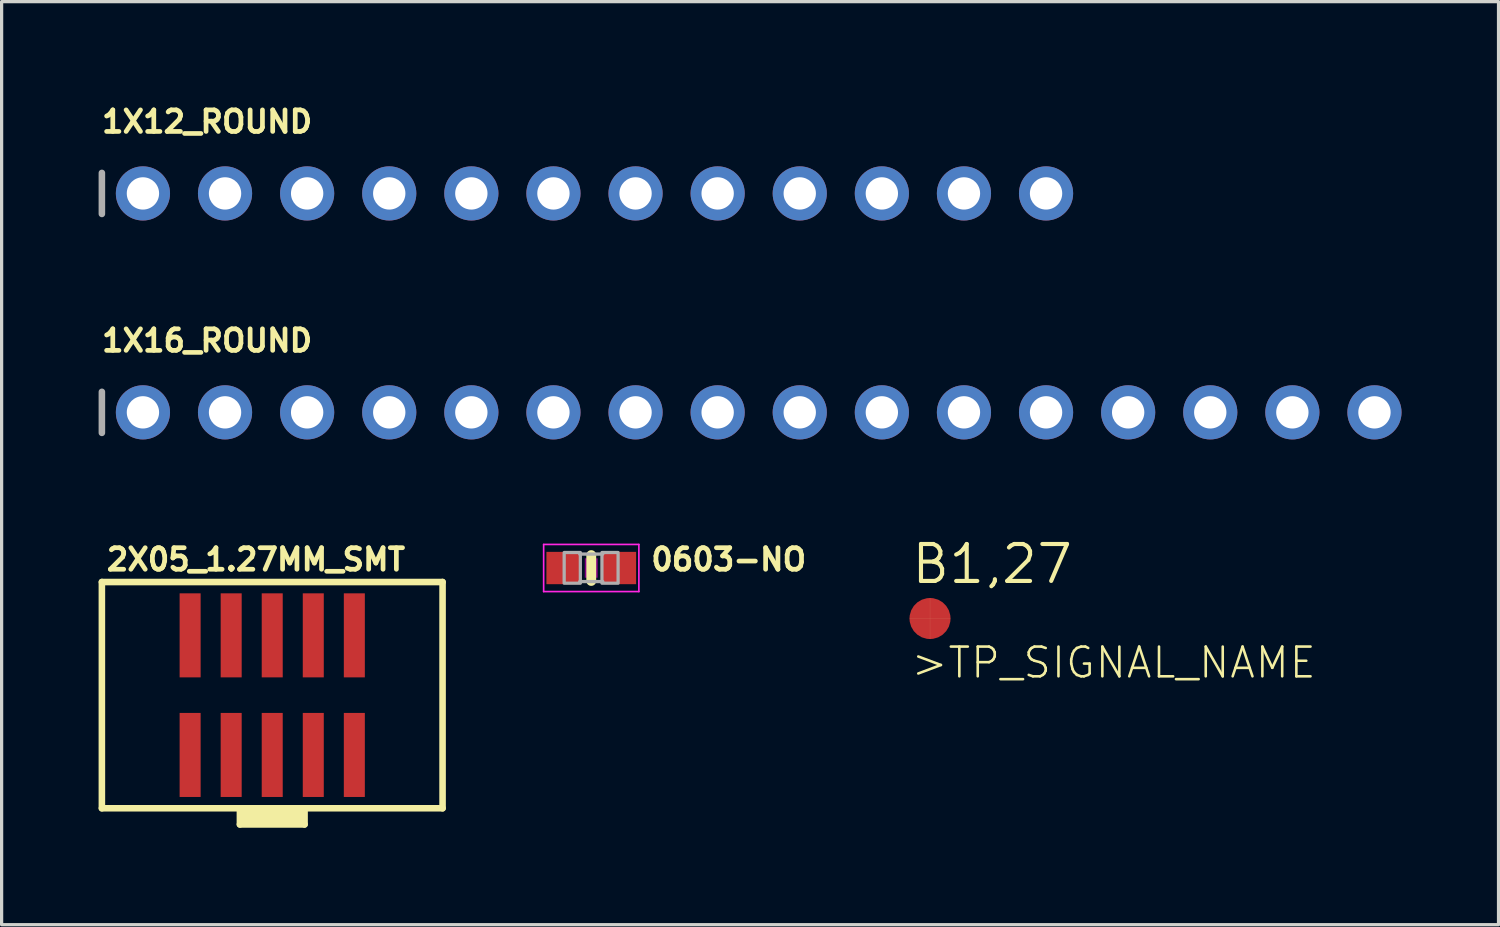
<source format=kicad_pcb>
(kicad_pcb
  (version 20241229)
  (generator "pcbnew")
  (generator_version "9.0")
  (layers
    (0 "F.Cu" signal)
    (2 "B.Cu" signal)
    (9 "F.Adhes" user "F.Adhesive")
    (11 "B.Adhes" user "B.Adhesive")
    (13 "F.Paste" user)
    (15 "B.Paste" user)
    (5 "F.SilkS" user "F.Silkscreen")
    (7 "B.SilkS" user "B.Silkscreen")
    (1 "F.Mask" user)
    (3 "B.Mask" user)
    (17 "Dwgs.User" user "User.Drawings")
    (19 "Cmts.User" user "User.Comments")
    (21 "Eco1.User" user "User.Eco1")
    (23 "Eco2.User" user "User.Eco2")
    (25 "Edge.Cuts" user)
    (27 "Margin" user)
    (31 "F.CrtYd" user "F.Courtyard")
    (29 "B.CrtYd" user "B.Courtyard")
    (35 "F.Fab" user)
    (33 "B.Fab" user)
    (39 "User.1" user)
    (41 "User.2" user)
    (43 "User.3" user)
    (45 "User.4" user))
  (footprint "B1,27"
    (layer "F.Cu")
    (at 25.722 16.085)
    (property "Reference" "B1,27" (at -0.635 -1.016 0) (layer "F.SilkS") (effects (font (size 1.143 1.143) (thickness 0.127)) (justify left bottom)))
    (fp_line (start -0.635 0) (end 0.635 0) (stroke (width 0.002) (type solid)) (layer "F.SilkS"))
    (fp_line (start 0 -0.635) (end 0 0.635) (stroke (width 0.002) (type solid)) (layer "F.SilkS"))
    (fp_text user ">TP_SIGNAL_NAME" (at -0.635 1.905 0) (layer "F.SilkS") (effects (font (size 0.92 0.92) (thickness 0.08)) (justify left bottom)))
    (pad "TP" smd roundrect (at 0 0) (size 1.27 1.27) (layers "F.Cu" "F.Mask") (roundrect_rratio 0.5)))
  (footprint "0603-NO"
    (layer "F.Cu")
    (at 15.242 14.523)
    (property "Reference" "0603-NO" (at 1.778 0.127 0) (layer "F.SilkS") (effects (font (size 0.666 0.666) (thickness 0.146)) (justify left bottom)))
    (fp_line (start 0 -0.4) (end 0 0.4) (stroke (width 0.305) (type solid)) (layer "F.SilkS"))
    (fp_poly (pts (xy -0.2 0.3) (xy 0.2 0.3) (xy 0.2 -0.3) (xy -0.2 -0.3)) (stroke (width 0) (type solid)) (fill yes) (layer "F.Adhes"))
    (fp_line (start -1.473 -0.729) (end 1.473 -0.729) (stroke (width 0.051) (type solid)) (layer "F.CrtYd"))
    (fp_line (start -1.473 0.729) (end -1.473 -0.729) (stroke (width 0.051) (type solid)) (layer "F.CrtYd"))
    (fp_line (start 1.473 -0.729) (end 1.473 0.729) (stroke (width 0.051) (type solid)) (layer "F.CrtYd"))
    (fp_line (start 1.473 0.729) (end -1.473 0.729) (stroke (width 0.051) (type solid)) (layer "F.CrtYd"))
    (fp_line (start -0.356 -0.432) (end 0.356 -0.432) (stroke (width 0.102) (type solid)) (layer "F.Fab"))
    (fp_line (start -0.356 0.419) (end 0.356 0.419) (stroke (width 0.102) (type solid)) (layer "F.Fab"))
    (fp_poly (pts (xy -0.838 0.47) (xy -0.338 0.47) (xy -0.338 -0.48) (xy -0.838 -0.48)) (stroke (width 0.1) (type solid)) (fill no) (layer "F.Fab"))
    (fp_poly (pts (xy 0.33 0.47) (xy 0.83 0.47) (xy 0.83 -0.48) (xy 0.33 -0.48)) (stroke (width 0.1) (type solid)) (fill no) (layer "F.Fab"))
    (pad "1" smd rect (at -0.85 0) (size 1.075 1) (layers "F.Cu" "F.Mask" "F.Paste"))
    (pad "2" smd rect (at 0.85 0) (size 1.075 1) (layers "F.Cu" "F.Mask" "F.Paste")))
  (footprint "1X16_ROUND"
    (layer "F.Cu")
    (at 20.422 9.707)
    (property "Reference" "1X16_ROUND" (at -20.396 -1.829 0) (layer "F.SilkS") (effects (font (size 0.666 0.666) (thickness 0.146)) (justify left bottom)))
    (fp_line (start -20.32 -0.635) (end -20.32 0.635) (stroke (width 0.203) (type solid)) (layer "F.Fab"))
    (fp_poly (pts (xy -19.304 0.254) (xy -18.796 0.254) (xy -18.796 -0.254) (xy -19.304 -0.254)) (stroke (width 0.1) (type solid)) (fill no) (layer "F.Fab"))
    (fp_poly (pts (xy -16.764 0.254) (xy -16.256 0.254) (xy -16.256 -0.254) (xy -16.764 -0.254)) (stroke (width 0.1) (type solid)) (fill no) (layer "F.Fab"))
    (fp_poly (pts (xy -14.224 0.254) (xy -13.716 0.254) (xy -13.716 -0.254) (xy -14.224 -0.254)) (stroke (width 0.1) (type solid)) (fill no) (layer "F.Fab"))
    (fp_poly (pts (xy -11.684 0.254) (xy -11.176 0.254) (xy -11.176 -0.254) (xy -11.684 -0.254)) (stroke (width 0.1) (type solid)) (fill no) (layer "F.Fab"))
    (fp_poly (pts (xy -9.144 0.254) (xy -8.636 0.254) (xy -8.636 -0.254) (xy -9.144 -0.254)) (stroke (width 0.1) (type solid)) (fill no) (layer "F.Fab"))
    (fp_poly (pts (xy -6.604 0.254) (xy -6.096 0.254) (xy -6.096 -0.254) (xy -6.604 -0.254)) (stroke (width 0.1) (type solid)) (fill no) (layer "F.Fab"))
    (fp_poly (pts (xy -4.064 0.254) (xy -3.556 0.254) (xy -3.556 -0.254) (xy -4.064 -0.254)) (stroke (width 0.1) (type solid)) (fill no) (layer "F.Fab"))
    (fp_poly (pts (xy -1.524 0.254) (xy -1.016 0.254) (xy -1.016 -0.254) (xy -1.524 -0.254)) (stroke (width 0.1) (type solid)) (fill no) (layer "F.Fab"))
    (fp_poly (pts (xy 1.016 0.254) (xy 1.524 0.254) (xy 1.524 -0.254) (xy 1.016 -0.254)) (stroke (width 0.1) (type solid)) (fill no) (layer "F.Fab"))
    (fp_poly (pts (xy 3.556 0.254) (xy 4.064 0.254) (xy 4.064 -0.254) (xy 3.556 -0.254)) (stroke (width 0.1) (type solid)) (fill no) (layer "F.Fab"))
    (fp_poly (pts (xy 6.096 0.254) (xy 6.604 0.254) (xy 6.604 -0.254) (xy 6.096 -0.254)) (stroke (width 0.1) (type solid)) (fill no) (layer "F.Fab"))
    (fp_poly (pts (xy 8.636 0.254) (xy 9.144 0.254) (xy 9.144 -0.254) (xy 8.636 -0.254)) (stroke (width 0.1) (type solid)) (fill no) (layer "F.Fab"))
    (fp_poly (pts (xy 11.176 0.254) (xy 11.684 0.254) (xy 11.684 -0.254) (xy 11.176 -0.254)) (stroke (width 0.1) (type solid)) (fill no) (layer "F.Fab"))
    (fp_poly (pts (xy 13.716 0.254) (xy 14.224 0.254) (xy 14.224 -0.254) (xy 13.716 -0.254)) (stroke (width 0.1) (type solid)) (fill no) (layer "F.Fab"))
    (fp_poly (pts (xy 16.256 0.254) (xy 16.764 0.254) (xy 16.764 -0.254) (xy 16.256 -0.254)) (stroke (width 0.1) (type solid)) (fill no) (layer "F.Fab"))
    (fp_poly (pts (xy 18.796 0.254) (xy 19.304 0.254) (xy 19.304 -0.254) (xy 18.796 -0.254)) (stroke (width 0.1) (type solid)) (fill no) (layer "F.Fab"))
    (pad "1" thru_hole circle (at -19.05 0 90) (size 1.676 1.676) (drill 1) (layers "*.Cu" "*.Mask"))
    (pad "2" thru_hole circle (at -16.51 0 90) (size 1.676 1.676) (drill 1) (layers "*.Cu" "*.Mask"))
    (pad "3" thru_hole circle (at -13.97 0 90) (size 1.676 1.676) (drill 1) (layers "*.Cu" "*.Mask"))
    (pad "4" thru_hole circle (at -11.43 0 90) (size 1.676 1.676) (drill 1) (layers "*.Cu" "*.Mask"))
    (pad "5" thru_hole circle (at -8.89 0 90) (size 1.676 1.676) (drill 1) (layers "*.Cu" "*.Mask"))
    (pad "6" thru_hole circle (at -6.35 0 90) (size 1.676 1.676) (drill 1) (layers "*.Cu" "*.Mask"))
    (pad "7" thru_hole circle (at -3.81 0 90) (size 1.676 1.676) (drill 1) (layers "*.Cu" "*.Mask"))
    (pad "8" thru_hole circle (at -1.27 0 90) (size 1.676 1.676) (drill 1) (layers "*.Cu" "*.Mask"))
    (pad "9" thru_hole circle (at 1.27 0 90) (size 1.676 1.676) (drill 1) (layers "*.Cu" "*.Mask"))
    (pad "10" thru_hole circle (at 3.81 0 90) (size 1.676 1.676) (drill 1) (layers "*.Cu" "*.Mask"))
    (pad "11" thru_hole circle (at 6.35 0 90) (size 1.676 1.676) (drill 1) (layers "*.Cu" "*.Mask"))
    (pad "12" thru_hole circle (at 8.89 0 90) (size 1.676 1.676) (drill 1) (layers "*.Cu" "*.Mask"))
    (pad "13" thru_hole circle (at 11.43 0 90) (size 1.676 1.676) (drill 1) (layers "*.Cu" "*.Mask"))
    (pad "14" thru_hole circle (at 13.97 0 90) (size 1.676 1.676) (drill 1) (layers "*.Cu" "*.Mask"))
    (pad "15" thru_hole circle (at 16.51 0 90) (size 1.676 1.676) (drill 1) (layers "*.Cu" "*.Mask"))
    (pad "16" thru_hole circle (at 19.05 0 90) (size 1.676 1.676) (drill 1) (layers "*.Cu" "*.Mask")))
  (footprint "2X05_1.27MM_SMT"
    (layer "F.Cu")
    (at 5.372 18.456)
    (property "Reference" "2X05_1.27MM_SMT" (at -5.199 -3.806 0) (layer "F.SilkS") (effects (font (size 0.666 0.666) (thickness 0.146)) (justify left bottom)))
    (fp_line (start -5.27 -3.5) (end 5.27 -3.5) (stroke (width 0.203) (type solid)) (layer "F.SilkS"))
    (fp_line (start -5.27 3.5) (end -5.27 -3.5) (stroke (width 0.203) (type solid)) (layer "F.SilkS"))
    (fp_line (start -1 3.5) (end -5.27 3.5) (stroke (width 0.203) (type solid)) (layer "F.SilkS"))
    (fp_line (start -1 3.5) (end -1 4) (stroke (width 0.203) (type solid)) (layer "F.SilkS"))
    (fp_line (start -1 4) (end 1 4) (stroke (width 0.203) (type solid)) (layer "F.SilkS"))
    (fp_line (start 1 3.5) (end -1 3.5) (stroke (width 0.203) (type solid)) (layer "F.SilkS"))
    (fp_line (start 1 4) (end 1 3.5) (stroke (width 0.203) (type solid)) (layer "F.SilkS"))
    (fp_line (start 5.27 -3.5) (end 5.27 3.5) (stroke (width 0.203) (type solid)) (layer "F.SilkS"))
    (fp_line (start 5.27 3.5) (end 1 3.5) (stroke (width 0.203) (type solid)) (layer "F.SilkS"))
    (fp_poly (pts (xy 1.079 4) (xy -1.079 4) (xy -1.079 3.493) (xy 1.079 3.493)) (stroke (width 0) (type solid)) (fill yes) (layer "F.SilkS"))
    (pad "1" smd rect (at -2.54 1.85) (size 0.65 2.6) (layers "F.Cu" "F.Mask" "F.Paste"))
    (pad "2" smd rect (at -2.54 -1.85) (size 0.65 2.6) (layers "F.Cu" "F.Mask" "F.Paste"))
    (pad "3" smd rect (at -1.27 1.85) (size 0.65 2.6) (layers "F.Cu" "F.Mask" "F.Paste"))
    (pad "4" smd rect (at -1.27 -1.85) (size 0.65 2.6) (layers "F.Cu" "F.Mask" "F.Paste"))
    (pad "5" smd rect (at 0 1.85) (size 0.65 2.6) (layers "F.Cu" "F.Mask" "F.Paste"))
    (pad "6" smd rect (at 0 -1.85) (size 0.65 2.6) (layers "F.Cu" "F.Mask" "F.Paste"))
    (pad "7" smd rect (at 1.27 1.85) (size 0.65 2.6) (layers "F.Cu" "F.Mask" "F.Paste"))
    (pad "8" smd rect (at 1.27 -1.85) (size 0.65 2.6) (layers "F.Cu" "F.Mask" "F.Paste"))
    (pad "9" smd rect (at 2.54 1.85) (size 0.65 2.6) (layers "F.Cu" "F.Mask" "F.Paste"))
    (pad "10" smd rect (at 2.54 -1.85) (size 0.65 2.6) (layers "F.Cu" "F.Mask" "F.Paste")))
  (footprint "1X12_ROUND"
    (layer "F.Cu")
    (at 15.342 2.934)
    (property "Reference" "1X12_ROUND" (at -15.316 -1.829 0) (layer "F.SilkS") (effects (font (size 0.666 0.666) (thickness 0.146)) (justify left bottom)))
    (fp_line (start -15.24 -0.635) (end -15.24 0.635) (stroke (width 0.203) (type solid)) (layer "F.Fab"))
    (fp_poly (pts (xy -14.224 0.254) (xy -13.716 0.254) (xy -13.716 -0.254) (xy -14.224 -0.254)) (stroke (width 0.1) (type solid)) (fill no) (layer "F.Fab"))
    (fp_poly (pts (xy -11.684 0.254) (xy -11.176 0.254) (xy -11.176 -0.254) (xy -11.684 -0.254)) (stroke (width 0.1) (type solid)) (fill no) (layer "F.Fab"))
    (fp_poly (pts (xy -9.144 0.254) (xy -8.636 0.254) (xy -8.636 -0.254) (xy -9.144 -0.254)) (stroke (width 0.1) (type solid)) (fill no) (layer "F.Fab"))
    (fp_poly (pts (xy -6.604 0.254) (xy -6.096 0.254) (xy -6.096 -0.254) (xy -6.604 -0.254)) (stroke (width 0.1) (type solid)) (fill no) (layer "F.Fab"))
    (fp_poly (pts (xy -4.064 0.254) (xy -3.556 0.254) (xy -3.556 -0.254) (xy -4.064 -0.254)) (stroke (width 0.1) (type solid)) (fill no) (layer "F.Fab"))
    (fp_poly (pts (xy -1.524 0.254) (xy -1.016 0.254) (xy -1.016 -0.254) (xy -1.524 -0.254)) (stroke (width 0.1) (type solid)) (fill no) (layer "F.Fab"))
    (fp_poly (pts (xy 1.016 0.254) (xy 1.524 0.254) (xy 1.524 -0.254) (xy 1.016 -0.254)) (stroke (width 0.1) (type solid)) (fill no) (layer "F.Fab"))
    (fp_poly (pts (xy 3.556 0.254) (xy 4.064 0.254) (xy 4.064 -0.254) (xy 3.556 -0.254)) (stroke (width 0.1) (type solid)) (fill no) (layer "F.Fab"))
    (fp_poly (pts (xy 6.096 0.254) (xy 6.604 0.254) (xy 6.604 -0.254) (xy 6.096 -0.254)) (stroke (width 0.1) (type solid)) (fill no) (layer "F.Fab"))
    (fp_poly (pts (xy 8.636 0.254) (xy 9.144 0.254) (xy 9.144 -0.254) (xy 8.636 -0.254)) (stroke (width 0.1) (type solid)) (fill no) (layer "F.Fab"))
    (fp_poly (pts (xy 11.176 0.254) (xy 11.684 0.254) (xy 11.684 -0.254) (xy 11.176 -0.254)) (stroke (width 0.1) (type solid)) (fill no) (layer "F.Fab"))
    (fp_poly (pts (xy 13.716 0.254) (xy 14.224 0.254) (xy 14.224 -0.254) (xy 13.716 -0.254)) (stroke (width 0.1) (type solid)) (fill no) (layer "F.Fab"))
    (pad "1" thru_hole circle (at -13.97 0 90) (size 1.676 1.676) (drill 1) (layers "*.Cu" "*.Mask"))
    (pad "2" thru_hole circle (at -11.43 0 90) (size 1.676 1.676) (drill 1) (layers "*.Cu" "*.Mask"))
    (pad "3" thru_hole circle (at -8.89 0 90) (size 1.676 1.676) (drill 1) (layers "*.Cu" "*.Mask"))
    (pad "4" thru_hole circle (at -6.35 0 90) (size 1.676 1.676) (drill 1) (layers "*.Cu" "*.Mask"))
    (pad "5" thru_hole circle (at -3.81 0 90) (size 1.676 1.676) (drill 1) (layers "*.Cu" "*.Mask"))
    (pad "6" thru_hole circle (at -1.27 0 90) (size 1.676 1.676) (drill 1) (layers "*.Cu" "*.Mask"))
    (pad "7" thru_hole circle (at 1.27 0 90) (size 1.676 1.676) (drill 1) (layers "*.Cu" "*.Mask"))
    (pad "8" thru_hole circle (at 3.81 0 90) (size 1.676 1.676) (drill 1) (layers "*.Cu" "*.Mask"))
    (pad "9" thru_hole circle (at 6.35 0 90) (size 1.676 1.676) (drill 1) (layers "*.Cu" "*.Mask"))
    (pad "10" thru_hole circle (at 8.89 0 90) (size 1.676 1.676) (drill 1) (layers "*.Cu" "*.Mask"))
    (pad "11" thru_hole circle (at 11.43 0 90) (size 1.676 1.676) (drill 1) (layers "*.Cu" "*.Mask"))
    (pad "12" thru_hole circle (at 13.97 0 90) (size 1.676 1.676) (drill 1) (layers "*.Cu" "*.Mask")))
  (gr_rect
    (start -3 -3)
    (end 43.31 25.558)
    (stroke (width 0.1) (type default))
    (fill no)
    (layer "Edge.Cuts")))
</source>
